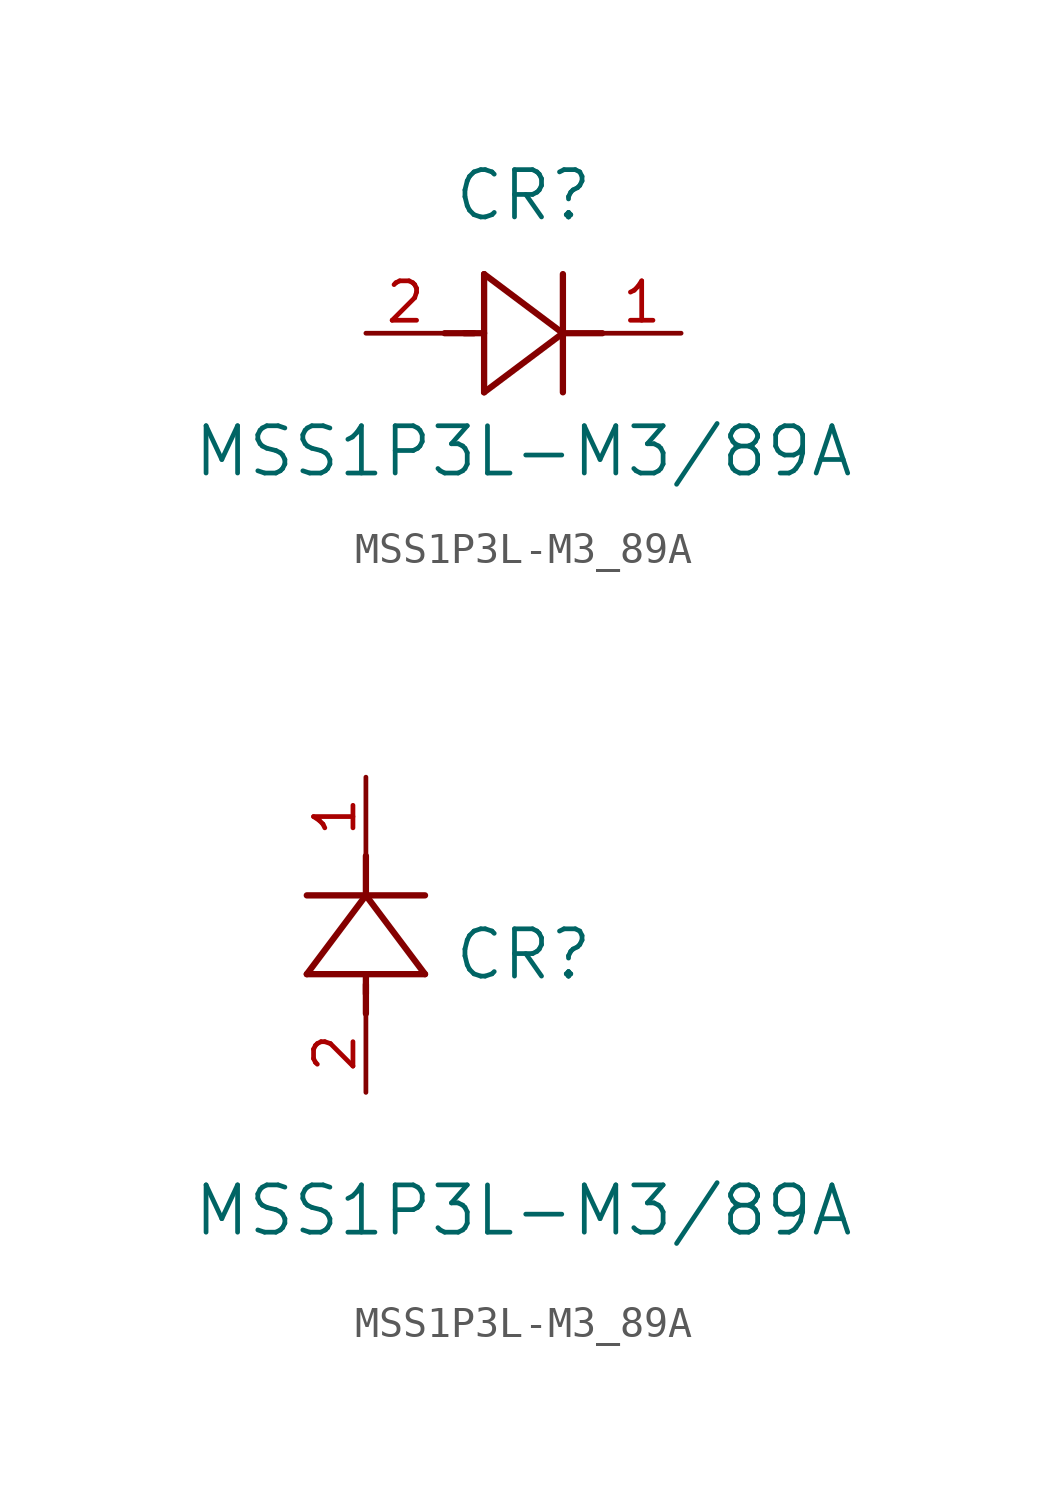
<source format=kicad_sym>
(kicad_symbol_lib
  (version 20211014)
  (generator kicad_symbol_editor)
  (symbol "MSS1P3L-M3_89A"
    (pin_names
      (offset 0.254))
    (property "Reference" "CR"
      (at 5.08 4.445 0)
      (effects (font (size 1.524 1.524))))
    (property "Value" "MSS1P3L-M3/89A"
      (at 5.08 -3.81 0)
      (effects (font (size 1.524 1.524))))
    (symbol "MSS1P3L-M3_89A_1_1"
      (polyline (pts (xy 2.54 0) (xy 3.48 0)) (stroke (width 0.203) (type default) (color 0 0 0 0)) (fill (type none)))
      (polyline (pts (xy 3.81 1.905) (xy 3.81 -1.905)) (stroke (width 0.203) (type default) (color 0 0 0 0)) (fill (type none)))
      (polyline (pts (xy 3.175 0) (xy 3.81 0)) (stroke (width 0.203) (type default) (color 0 0 0 0)) (fill (type none)))
      (polyline (pts (xy 6.35 -1.905) (xy 6.35 1.905)) (stroke (width 0.203) (type default) (color 0 0 0 0)) (fill (type none)))
      (polyline (pts (xy 6.35 0) (xy 7.62 0)) (stroke (width 0.203) (type default) (color 0 0 0 0)) (fill (type none)))
      (polyline (pts (xy 6.35 0) (xy 3.81 1.905)) (stroke (width 0.203) (type default) (color 0 0 0 0)) (fill (type none)))
      (polyline (pts (xy 3.81 -1.905) (xy 6.35 0)) (stroke (width 0.203) (type default) (color 0 0 0 0)) (fill (type none)))
      (pin unspecified line (at 0 0 0) (length 2.54) (name "" (effects (font (size 1.27 1.27)))) (number "2" (effects (font (size 1.27 1.27)))))
      (pin unspecified line (at 10.16 0 180) (length 2.54) (name "" (effects (font (size 1.27 1.27)))) (number "1" (effects (font (size 1.27 1.27))))))
    (symbol "MSS1P3L-M3_89A_1_2"
      (polyline (pts (xy 0 2.54) (xy 0 3.48)) (stroke (width 0.203) (type default) (color 0 0 0 0)) (fill (type none)))
      (polyline (pts (xy -1.905 3.81) (xy 1.905 3.81)) (stroke (width 0.203) (type default) (color 0 0 0 0)) (fill (type none)))
      (polyline (pts (xy 0 3.175) (xy 0 3.81)) (stroke (width 0.203) (type default) (color 0 0 0 0)) (fill (type none)))
      (polyline (pts (xy 1.905 6.35) (xy -1.905 6.35)) (stroke (width 0.203) (type default) (color 0 0 0 0)) (fill (type none)))
      (polyline (pts (xy 0 6.35) (xy 0 7.62)) (stroke (width 0.203) (type default) (color 0 0 0 0)) (fill (type none)))
      (polyline (pts (xy 0 6.35) (xy -1.905 3.81)) (stroke (width 0.203) (type default) (color 0 0 0 0)) (fill (type none)))
      (polyline (pts (xy 1.905 3.81) (xy 0 6.35)) (stroke (width 0.203) (type default) (color 0 0 0 0)) (fill (type none)))
      (pin unspecified line (at 0 0 90) (length 2.54) (name "" (effects (font (size 1.27 1.27)))) (number "2" (effects (font (size 1.27 1.27)))))
      (pin unspecified line (at 0 10.16 270) (length 2.54) (name "" (effects (font (size 1.27 1.27)))) (number "1" (effects (font (size 1.27 1.27))))))))
</source>
